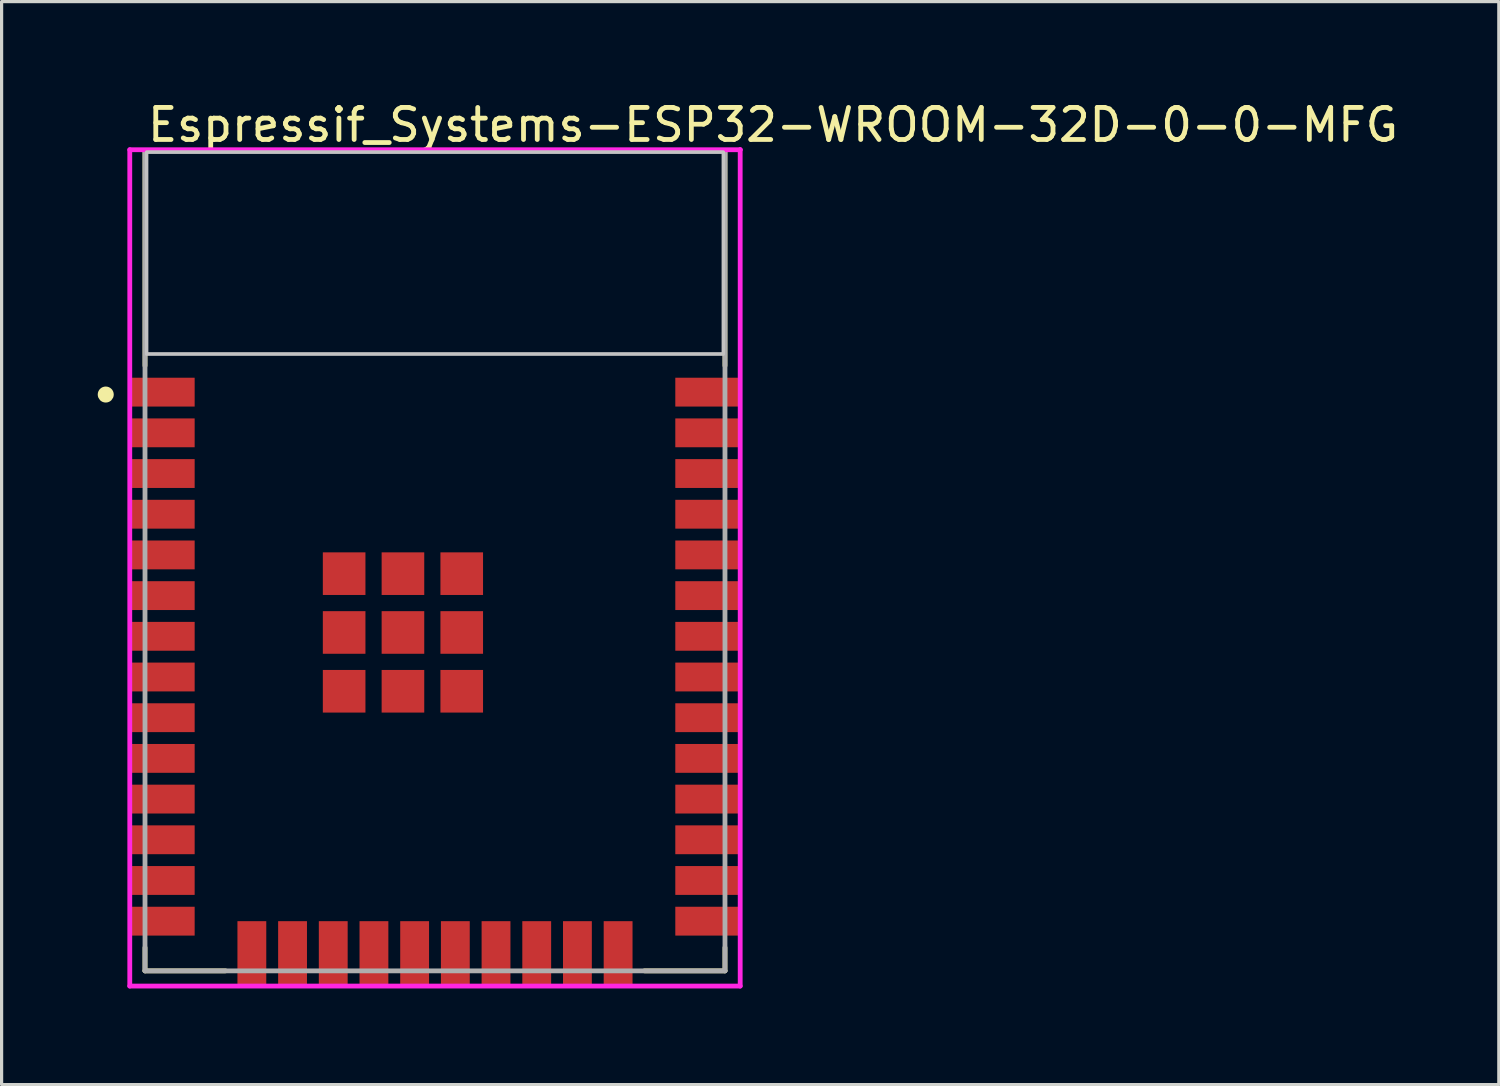
<source format=kicad_pcb>
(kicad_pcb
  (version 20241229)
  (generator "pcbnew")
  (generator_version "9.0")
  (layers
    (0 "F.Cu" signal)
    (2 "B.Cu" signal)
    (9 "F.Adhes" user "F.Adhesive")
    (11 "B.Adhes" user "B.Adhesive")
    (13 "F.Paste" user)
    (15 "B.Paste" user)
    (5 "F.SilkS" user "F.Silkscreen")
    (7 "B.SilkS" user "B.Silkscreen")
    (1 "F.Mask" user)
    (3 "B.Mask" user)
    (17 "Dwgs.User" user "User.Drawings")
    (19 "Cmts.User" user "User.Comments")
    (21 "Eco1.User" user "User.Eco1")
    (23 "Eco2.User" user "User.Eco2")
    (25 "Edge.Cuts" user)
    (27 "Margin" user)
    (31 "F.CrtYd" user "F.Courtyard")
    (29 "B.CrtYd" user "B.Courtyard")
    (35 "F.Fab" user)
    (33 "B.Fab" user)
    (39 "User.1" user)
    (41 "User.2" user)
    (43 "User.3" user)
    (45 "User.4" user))
  (footprint "Espressif_Systems-ESP32-WROOM-32D-0-0-MFG"
    (layer "F.Cu")
    (at 10.525 14.448)
    (property "Reference" "Espressif_Systems-ESP32-WROOM-32D-0-0-MFG" (at -9.05 -13.6 0) (layer "F.SilkS") (effects (font (size 1 1) (thickness 0.15)) (justify left)))
    (attr through_hole)
    (fp_line (start -9.05 -12.8) (end 9.05 -12.8) (stroke (width 0.15) (type solid)) (layer "F.SilkS"))
    (fp_line (start -9.05 -6.085) (end -9.05 -12.8) (stroke (width 0.15) (type solid)) (layer "F.SilkS"))
    (fp_line (start -9.05 12.8) (end -9.05 12.075) (stroke (width 0.15) (type solid)) (layer "F.SilkS"))
    (fp_line (start -9.05 12.8) (end -6.54 12.8) (stroke (width 0.15) (type solid)) (layer "F.SilkS"))
    (fp_line (start 6.54 12.8) (end 9.05 12.8) (stroke (width 0.15) (type solid)) (layer "F.SilkS"))
    (fp_line (start 9.05 -6.085) (end 9.05 -12.8) (stroke (width 0.15) (type solid)) (layer "F.SilkS"))
    (fp_line (start 9.05 12.8) (end 9.05 12.075) (stroke (width 0.15) (type solid)) (layer "F.SilkS"))
    (fp_circle (center -10.275 -5.185) (end -10.15 -5.185) (stroke (width 0.25) (type solid)) (fill no) (layer "F.SilkS"))
    (fp_poly (pts (xy -9 -12.75) (xy 9 -12.75) (xy 9 -6.45) (xy -9 -6.45)) (stroke (width 0.1) (type solid)) (fill no) (layer "Dwgs.User"))
    (fp_poly (pts (xy -9 -12.75) (xy 9 -12.75) (xy 9 -6.45) (xy -9 -6.45)) (stroke (width 0.1) (type solid)) (fill no) (layer "Dwgs.User"))
    (fp_line (start -9.525 -12.825) (end -9.525 13.275) (stroke (width 0.15) (type solid)) (layer "F.CrtYd"))
    (fp_line (start -9.525 13.275) (end 9.525 13.275) (stroke (width 0.15) (type solid)) (layer "F.CrtYd"))
    (fp_line (start 9.525 -12.825) (end -9.525 -12.825) (stroke (width 0.15) (type solid)) (layer "F.CrtYd"))
    (fp_line (start 9.525 -12.825) (end 9.525 -12.825) (stroke (width 0.15) (type solid)) (layer "F.CrtYd"))
    (fp_line (start 9.525 13.275) (end 9.525 -12.825) (stroke (width 0.15) (type solid)) (layer "F.CrtYd"))
    (fp_line (start -9.05 -12.8) (end 9.05 -12.8) (stroke (width 0.15) (type solid)) (layer "F.Fab"))
    (fp_line (start -9.05 12.8) (end -9.05 -12.8) (stroke (width 0.15) (type solid)) (layer "F.Fab"))
    (fp_line (start 9.05 -12.8) (end 9.05 12.8) (stroke (width 0.15) (type solid)) (layer "F.Fab"))
    (fp_line (start 9.05 12.8) (end -9.05 12.8) (stroke (width 0.15) (type solid)) (layer "F.Fab"))
    (pad "1" smd rect (at -8.5 -5.26) (size 2 0.9) (layers "F.Cu" "F.Mask" "F.Paste"))
    (pad "2" smd rect (at -8.5 -3.99) (size 2 0.9) (layers "F.Cu" "F.Mask" "F.Paste"))
    (pad "3" smd rect (at -8.5 -2.72) (size 2 0.9) (layers "F.Cu" "F.Mask" "F.Paste"))
    (pad "4" smd rect (at -8.5 -1.45) (size 2 0.9) (layers "F.Cu" "F.Mask" "F.Paste"))
    (pad "5" smd rect (at -8.5 -0.18) (size 2 0.9) (layers "F.Cu" "F.Mask" "F.Paste"))
    (pad "6" smd rect (at -8.5 1.09) (size 2 0.9) (layers "F.Cu" "F.Mask" "F.Paste"))
    (pad "7" smd rect (at -8.5 2.36) (size 2 0.9) (layers "F.Cu" "F.Mask" "F.Paste"))
    (pad "8" smd rect (at -8.5 3.63) (size 2 0.9) (layers "F.Cu" "F.Mask" "F.Paste"))
    (pad "9" smd rect (at -8.5 4.9) (size 2 0.9) (layers "F.Cu" "F.Mask" "F.Paste"))
    (pad "10" smd rect (at -8.5 6.17) (size 2 0.9) (layers "F.Cu" "F.Mask" "F.Paste"))
    (pad "11" smd rect (at -8.5 7.44) (size 2 0.9) (layers "F.Cu" "F.Mask" "F.Paste"))
    (pad "12" smd rect (at -8.5 8.71) (size 2 0.9) (layers "F.Cu" "F.Mask" "F.Paste"))
    (pad "13" smd rect (at -8.5 9.98) (size 2 0.9) (layers "F.Cu" "F.Mask" "F.Paste"))
    (pad "14" smd rect (at -8.5 11.25) (size 2 0.9) (layers "F.Cu" "F.Mask" "F.Paste"))
    (pad "15" smd rect (at -5.715 12.25) (size 0.9 2) (layers "F.Cu" "F.Mask" "F.Paste"))
    (pad "16" smd rect (at -4.445 12.25) (size 0.9 2) (layers "F.Cu" "F.Mask" "F.Paste"))
    (pad "17" smd rect (at -3.175 12.25) (size 0.9 2) (layers "F.Cu" "F.Mask" "F.Paste"))
    (pad "18" smd rect (at -1.905 12.25) (size 0.9 2) (layers "F.Cu" "F.Mask" "F.Paste"))
    (pad "19" smd rect (at -0.635 12.25) (size 0.9 2) (layers "F.Cu" "F.Mask" "F.Paste"))
    (pad "20" smd rect (at 0.635 12.25) (size 0.9 2) (layers "F.Cu" "F.Mask" "F.Paste"))
    (pad "21" smd rect (at 1.905 12.25) (size 0.9 2) (layers "F.Cu" "F.Mask" "F.Paste"))
    (pad "22" smd rect (at 3.175 12.25) (size 0.9 2) (layers "F.Cu" "F.Mask" "F.Paste"))
    (pad "23" smd rect (at 4.445 12.25) (size 0.9 2) (layers "F.Cu" "F.Mask" "F.Paste"))
    (pad "24" smd rect (at 5.715 12.25) (size 0.9 2) (layers "F.Cu" "F.Mask" "F.Paste"))
    (pad "25" smd rect (at 8.5 11.25) (size 2 0.9) (layers "F.Cu" "F.Mask" "F.Paste"))
    (pad "26" smd rect (at 8.5 9.98) (size 2 0.9) (layers "F.Cu" "F.Mask" "F.Paste"))
    (pad "27" smd rect (at 8.5 8.71) (size 2 0.9) (layers "F.Cu" "F.Mask" "F.Paste"))
    (pad "28" smd rect (at 8.5 7.44) (size 2 0.9) (layers "F.Cu" "F.Mask" "F.Paste"))
    (pad "29" smd rect (at 8.5 6.17) (size 2 0.9) (layers "F.Cu" "F.Mask" "F.Paste"))
    (pad "30" smd rect (at 8.5 4.9) (size 2 0.9) (layers "F.Cu" "F.Mask" "F.Paste"))
    (pad "31" smd rect (at 8.5 3.63) (size 2 0.9) (layers "F.Cu" "F.Mask" "F.Paste"))
    (pad "32" smd rect (at 8.5 2.36) (size 2 0.9) (layers "F.Cu" "F.Mask" "F.Paste"))
    (pad "33" smd rect (at 8.5 1.09) (size 2 0.9) (layers "F.Cu" "F.Mask" "F.Paste"))
    (pad "34" smd rect (at 8.5 -0.18) (size 2 0.9) (layers "F.Cu" "F.Mask" "F.Paste"))
    (pad "35" smd rect (at 8.5 -1.45) (size 2 0.9) (layers "F.Cu" "F.Mask" "F.Paste"))
    (pad "36" smd rect (at 8.5 -2.72) (size 2 0.9) (layers "F.Cu" "F.Mask" "F.Paste"))
    (pad "37" smd rect (at 8.5 -3.99) (size 2 0.9) (layers "F.Cu" "F.Mask" "F.Paste"))
    (pad "38" smd rect (at 8.5 -5.26) (size 2 0.9) (layers "F.Cu" "F.Mask" "F.Paste"))
    (pad "39" smd rect (at -2.835 0.405) (size 1.33 1.33) (layers "F.Cu" "F.Mask" "F.Paste"))
    (pad "39" smd rect (at -2.835 2.24) (size 1.33 1.33) (layers "F.Cu" "F.Mask" "F.Paste"))
    (pad "39" smd rect (at -2.835 4.075) (size 1.33 1.33) (layers "F.Cu" "F.Mask" "F.Paste"))
    (pad "39" smd rect (at -1 0.405) (size 1.33 1.33) (layers "F.Cu" "F.Mask" "F.Paste"))
    (pad "39" smd rect (at -1 2.24) (size 1.33 1.33) (layers "F.Cu" "F.Mask" "F.Paste"))
    (pad "39" smd rect (at -1 4.075) (size 1.33 1.33) (layers "F.Cu" "F.Mask" "F.Paste"))
    (pad "39" smd rect (at 0.835 0.405) (size 1.33 1.33) (layers "F.Cu" "F.Mask" "F.Paste"))
    (pad "39" smd rect (at 0.835 2.24) (size 1.33 1.33) (layers "F.Cu" "F.Mask" "F.Paste"))
    (pad "39" smd rect (at 0.835 4.075) (size 1.33 1.33) (layers "F.Cu" "F.Mask" "F.Paste")))
  (gr_rect
    (start -3 -3)
    (end 43.725 30.798)
    (stroke (width 0.1) (type default))
    (fill no)
    (layer "Edge.Cuts")))
</source>
